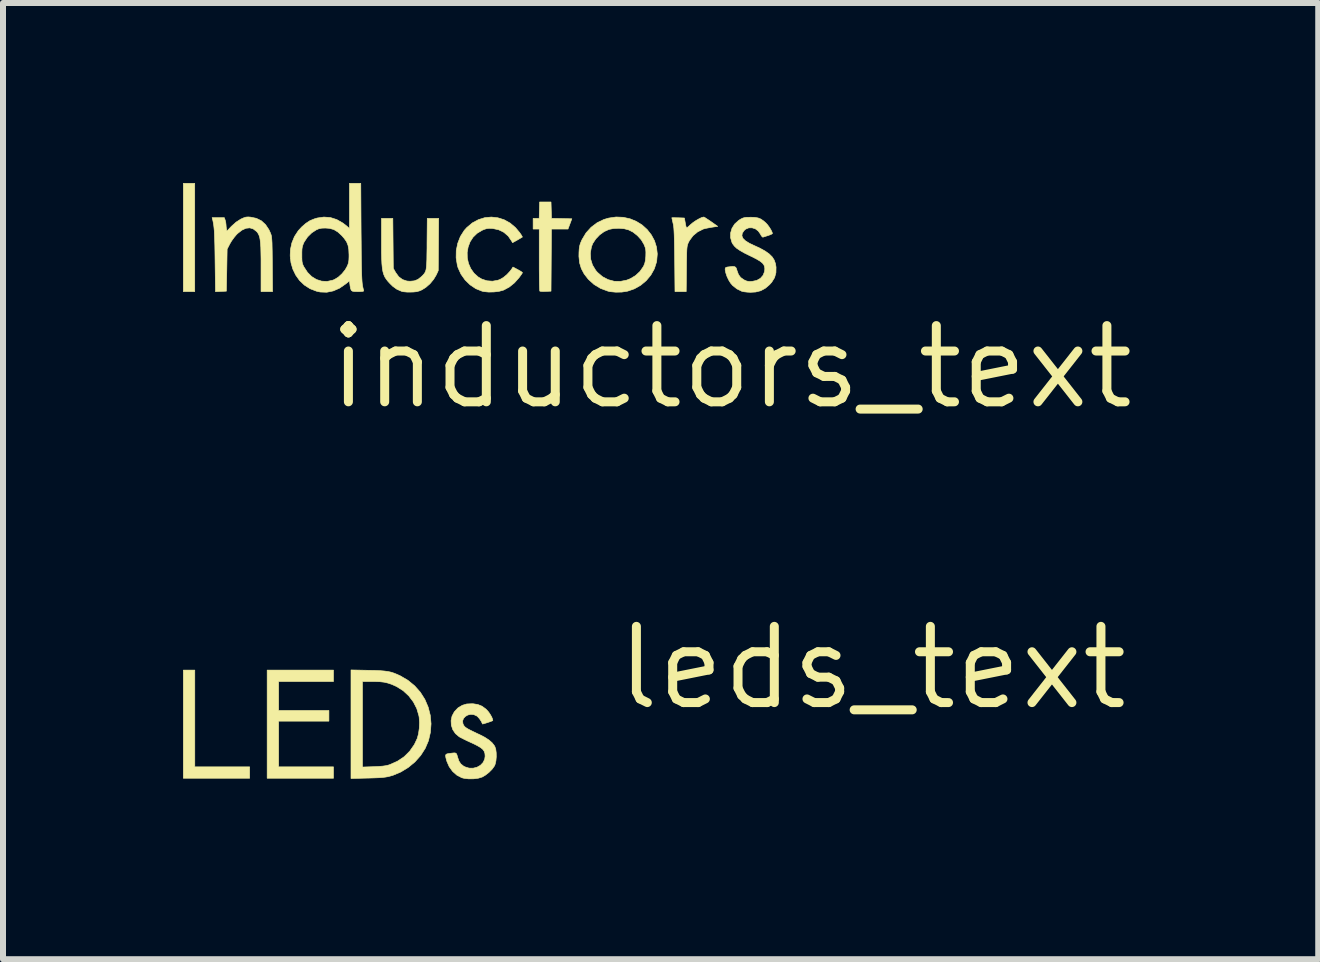
<source format=kicad_pcb>
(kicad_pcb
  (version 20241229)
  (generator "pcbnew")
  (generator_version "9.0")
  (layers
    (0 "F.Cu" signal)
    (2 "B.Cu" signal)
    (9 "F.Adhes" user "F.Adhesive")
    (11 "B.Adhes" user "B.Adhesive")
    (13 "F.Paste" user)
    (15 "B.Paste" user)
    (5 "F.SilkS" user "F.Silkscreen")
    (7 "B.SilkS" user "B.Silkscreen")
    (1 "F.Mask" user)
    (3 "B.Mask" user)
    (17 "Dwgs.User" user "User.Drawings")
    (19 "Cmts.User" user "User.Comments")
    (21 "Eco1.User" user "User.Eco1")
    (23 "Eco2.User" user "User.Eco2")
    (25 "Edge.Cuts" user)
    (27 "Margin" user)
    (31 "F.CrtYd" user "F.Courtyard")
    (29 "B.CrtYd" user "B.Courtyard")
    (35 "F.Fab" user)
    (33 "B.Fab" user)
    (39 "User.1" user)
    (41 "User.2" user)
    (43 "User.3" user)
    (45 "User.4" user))
  (footprint "inductors_text"
    (layer "F.Cu")
    (at 9.136 3.066)
    (property "Reference" "inductors_text" (at 0 0 0) (layer "F.SilkS") (effects (font (size 1.27 1.27) (thickness 0.15))))
    (attr through_hole)
    (fp_poly (pts (xy -8.941 -1.257) (xy -9.131 -1.257) (xy -9.131 -3.061) (xy -8.941 -3.061) (xy -8.941 -1.257)) (stroke (width 0.01) (type solid)) (fill yes) (layer "F.SilkS"))
    (fp_poly (pts (xy -2.996 -2.477) (xy -2.827 -2.474) (xy -2.657 -2.47) (xy -2.689 -2.384) (xy -2.721 -2.299) (xy -2.997 -2.299) (xy -3.004 -1.264) (xy -3.093 -1.26) (xy -3.139 -1.259) (xy -3.174 -1.261) (xy -3.191 -1.265) (xy -3.191 -1.265) (xy -3.193 -1.28) (xy -3.195 -1.316) (xy -3.197 -1.373) (xy -3.198 -1.447) (xy -3.199 -1.536) (xy -3.2 -1.636) (xy -3.2 -1.745) (xy -3.2 -1.786) (xy -3.2 -2.299) (xy -3.302 -2.299) (xy -3.302 -2.477) (xy -3.201 -2.477) (xy -3.194 -2.75) (xy -3.004 -2.75) (xy -2.996 -2.477)) (stroke (width 0.01) (type solid)) (fill yes) (layer "F.SilkS"))
    (fp_poly (pts (xy -5.632 -1.645) (xy -5.593 -1.575) (xy -5.542 -1.505) (xy -5.48 -1.458) (xy -5.406 -1.433) (xy -5.354 -1.429) (xy -5.282 -1.436) (xy -5.223 -1.459) (xy -5.168 -1.502) (xy -5.157 -1.512) (xy -5.135 -1.534) (xy -5.118 -1.554) (xy -5.104 -1.575) (xy -5.093 -1.599) (xy -5.085 -1.63) (xy -5.08 -1.671) (xy -5.076 -1.724) (xy -5.073 -1.792) (xy -5.072 -1.878) (xy -5.07 -1.985) (xy -5.07 -2.054) (xy -5.066 -2.477) (xy -4.876 -2.477) (xy -4.883 -1.607) (xy -4.917 -1.533) (xy -4.961 -1.46) (xy -5.02 -1.389) (xy -5.088 -1.329) (xy -5.154 -1.287) (xy -5.198 -1.268) (xy -5.242 -1.256) (xy -5.296 -1.25) (xy -5.333 -1.249) (xy -5.406 -1.249) (xy -5.467 -1.255) (xy -5.495 -1.262) (xy -5.573 -1.296) (xy -5.642 -1.346) (xy -5.684 -1.387) (xy -5.72 -1.426) (xy -5.749 -1.463) (xy -5.773 -1.5) (xy -5.791 -1.542) (xy -5.805 -1.59) (xy -5.815 -1.648) (xy -5.822 -1.719) (xy -5.826 -1.805) (xy -5.829 -1.909) (xy -5.829 -2.036) (xy -5.829 -2.079) (xy -5.829 -2.477) (xy -5.64 -2.477) (xy -5.632 -1.645)) (stroke (width 0.01) (type solid)) (fill yes) (layer "F.SilkS"))
    (fp_poly (pts (xy -0.453 -2.498) (xy -0.436 -2.488) (xy -0.404 -2.467) (xy -0.361 -2.439) (xy -0.331 -2.418) (xy -0.226 -2.344) (xy -0.326 -2.329) (xy -0.38 -2.319) (xy -0.431 -2.309) (xy -0.467 -2.299) (xy -0.47 -2.298) (xy -0.561 -2.252) (xy -0.638 -2.188) (xy -0.697 -2.108) (xy -0.714 -2.076) (xy -0.722 -2.057) (xy -0.729 -2.038) (xy -0.734 -2.016) (xy -0.738 -1.987) (xy -0.741 -1.95) (xy -0.743 -1.899) (xy -0.744 -1.833) (xy -0.746 -1.748) (xy -0.747 -1.64) (xy -0.747 -1.635) (xy -0.751 -1.257) (xy -0.938 -1.257) (xy -0.943 -1.781) (xy -0.945 -1.918) (xy -0.947 -2.032) (xy -0.949 -2.125) (xy -0.951 -2.201) (xy -0.954 -2.262) (xy -0.957 -2.31) (xy -0.961 -2.348) (xy -0.966 -2.378) (xy -0.97 -2.394) (xy -0.98 -2.438) (xy -0.987 -2.471) (xy -0.991 -2.486) (xy -0.991 -2.487) (xy -0.979 -2.488) (xy -0.948 -2.488) (xy -0.903 -2.487) (xy -0.886 -2.487) (xy -0.781 -2.483) (xy -0.771 -2.426) (xy -0.761 -2.37) (xy -0.753 -2.337) (xy -0.744 -2.323) (xy -0.729 -2.328) (xy -0.706 -2.348) (xy -0.681 -2.371) (xy -0.638 -2.407) (xy -0.588 -2.441) (xy -0.539 -2.469) (xy -0.496 -2.49) (xy -0.464 -2.499) (xy -0.453 -2.498)) (stroke (width 0.01) (type solid)) (fill yes) (layer "F.SilkS"))
    (fp_poly (pts (xy -8.012 -2.498) (xy -7.915 -2.478) (xy -7.831 -2.437) (xy -7.761 -2.373) (xy -7.705 -2.289) (xy -7.682 -2.239) (xy -7.674 -2.219) (xy -7.667 -2.199) (xy -7.662 -2.177) (xy -7.659 -2.15) (xy -7.656 -2.114) (xy -7.653 -2.068) (xy -7.652 -2.007) (xy -7.65 -1.93) (xy -7.649 -1.833) (xy -7.648 -1.714) (xy -7.648 -1.711) (xy -7.644 -1.257) (xy -7.836 -1.257) (xy -7.836 -1.666) (xy -7.836 -1.797) (xy -7.838 -1.905) (xy -7.84 -1.993) (xy -7.845 -2.063) (xy -7.851 -2.119) (xy -7.859 -2.163) (xy -7.871 -2.198) (xy -7.885 -2.226) (xy -7.902 -2.25) (xy -7.912 -2.26) (xy -7.965 -2.301) (xy -8.024 -2.319) (xy -8.088 -2.312) (xy -8.155 -2.281) (xy -8.224 -2.227) (xy -8.243 -2.209) (xy -8.285 -2.159) (xy -8.327 -2.101) (xy -8.357 -2.05) (xy -8.401 -1.964) (xy -8.407 -1.614) (xy -8.414 -1.264) (xy -8.504 -1.26) (xy -8.595 -1.256) (xy -8.602 -1.774) (xy -8.604 -1.913) (xy -8.606 -2.028) (xy -8.609 -2.124) (xy -8.612 -2.203) (xy -8.615 -2.268) (xy -8.62 -2.322) (xy -8.625 -2.366) (xy -8.632 -2.406) (xy -8.639 -2.442) (xy -8.643 -2.454) (xy -8.651 -2.489) (xy -8.448 -2.489) (xy -8.434 -2.449) (xy -8.424 -2.409) (xy -8.42 -2.375) (xy -8.417 -2.335) (xy -8.413 -2.303) (xy -8.405 -2.265) (xy -8.328 -2.346) (xy -8.252 -2.414) (xy -8.174 -2.464) (xy -8.17 -2.466) (xy -8.123 -2.487) (xy -8.088 -2.498) (xy -8.051 -2.501) (xy -8.012 -2.498)) (stroke (width 0.01) (type solid)) (fill yes) (layer "F.SilkS"))
    (fp_poly (pts (xy -3.89 -2.487) (xy -3.785 -2.454) (xy -3.686 -2.399) (xy -3.596 -2.323) (xy -3.528 -2.242) (xy -3.503 -2.206) (xy -3.487 -2.179) (xy -3.481 -2.166) (xy -3.482 -2.166) (xy -3.494 -2.158) (xy -3.523 -2.141) (xy -3.562 -2.118) (xy -3.565 -2.116) (xy -3.645 -2.072) (xy -3.66 -2.099) (xy -3.716 -2.181) (xy -3.79 -2.245) (xy -3.876 -2.287) (xy -3.973 -2.308) (xy -3.982 -2.309) (xy -4.035 -2.311) (xy -4.076 -2.306) (xy -4.116 -2.294) (xy -4.151 -2.279) (xy -4.235 -2.229) (xy -4.303 -2.163) (xy -4.353 -2.086) (xy -4.385 -2) (xy -4.401 -1.909) (xy -4.399 -1.816) (xy -4.379 -1.726) (xy -4.342 -1.641) (xy -4.288 -1.564) (xy -4.217 -1.5) (xy -4.157 -1.465) (xy -4.071 -1.437) (xy -3.979 -1.43) (xy -3.889 -1.446) (xy -3.852 -1.46) (xy -3.797 -1.492) (xy -3.739 -1.54) (xy -3.686 -1.597) (xy -3.657 -1.636) (xy -3.638 -1.666) (xy -3.559 -1.624) (xy -3.52 -1.602) (xy -3.492 -1.584) (xy -3.48 -1.573) (xy -3.48 -1.573) (xy -3.487 -1.559) (xy -3.506 -1.531) (xy -3.533 -1.494) (xy -3.539 -1.486) (xy -3.613 -1.403) (xy -3.698 -1.334) (xy -3.788 -1.285) (xy -3.8 -1.28) (xy -3.871 -1.261) (xy -3.955 -1.251) (xy -4.043 -1.249) (xy -4.122 -1.257) (xy -4.153 -1.264) (xy -4.258 -1.306) (xy -4.353 -1.37) (xy -4.436 -1.451) (xy -4.504 -1.547) (xy -4.553 -1.654) (xy -4.565 -1.696) (xy -4.585 -1.819) (xy -4.583 -1.942) (xy -4.558 -2.062) (xy -4.514 -2.175) (xy -4.45 -2.276) (xy -4.407 -2.324) (xy -4.314 -2.402) (xy -4.213 -2.456) (xy -4.107 -2.489) (xy -3.998 -2.499) (xy -3.89 -2.487)) (stroke (width 0.01) (type solid)) (fill yes) (layer "F.SilkS"))
    (fp_poly (pts (xy -1.801 -2.495) (xy -1.687 -2.47) (xy -1.581 -2.426) (xy -1.485 -2.366) (xy -1.402 -2.291) (xy -1.333 -2.203) (xy -1.28 -2.105) (xy -1.246 -1.998) (xy -1.233 -1.885) (xy -1.243 -1.766) (xy -1.246 -1.75) (xy -1.282 -1.637) (xy -1.34 -1.533) (xy -1.417 -1.44) (xy -1.509 -1.363) (xy -1.615 -1.303) (xy -1.728 -1.264) (xy -1.823 -1.249) (xy -1.924 -1.247) (xy -2.019 -1.256) (xy -2.057 -1.265) (xy -2.178 -1.31) (xy -2.287 -1.376) (xy -2.382 -1.462) (xy -2.452 -1.552) (xy -2.499 -1.641) (xy -2.528 -1.737) (xy -2.539 -1.844) (xy -2.538 -1.899) (xy -2.349 -1.899) (xy -2.343 -1.797) (xy -2.313 -1.7) (xy -2.26 -1.612) (xy -2.23 -1.577) (xy -2.146 -1.505) (xy -2.052 -1.456) (xy -1.951 -1.429) (xy -1.847 -1.427) (xy -1.742 -1.448) (xy -1.682 -1.472) (xy -1.595 -1.524) (xy -1.521 -1.593) (xy -1.466 -1.672) (xy -1.46 -1.683) (xy -1.442 -1.727) (xy -1.431 -1.775) (xy -1.425 -1.837) (xy -1.424 -1.856) (xy -1.423 -1.914) (xy -1.426 -1.955) (xy -1.434 -1.991) (xy -1.449 -2.03) (xy -1.455 -2.044) (xy -1.5 -2.12) (xy -1.564 -2.19) (xy -1.637 -2.248) (xy -1.71 -2.285) (xy -1.786 -2.305) (xy -1.873 -2.312) (xy -1.962 -2.308) (xy -2.038 -2.293) (xy -2.118 -2.257) (xy -2.193 -2.203) (xy -2.258 -2.135) (xy -2.308 -2.059) (xy -2.33 -2.004) (xy -2.349 -1.899) (xy -2.538 -1.899) (xy -2.538 -1.907) (xy -2.534 -1.969) (xy -2.527 -2.016) (xy -2.515 -2.058) (xy -2.495 -2.106) (xy -2.486 -2.125) (xy -2.42 -2.235) (xy -2.336 -2.328) (xy -2.236 -2.404) (xy -2.122 -2.459) (xy -2.043 -2.482) (xy -1.92 -2.5) (xy -1.801 -2.495)) (stroke (width 0.01) (type solid)) (fill yes) (layer "F.SilkS"))
    (fp_poly (pts (xy -6.169 -2.245) (xy -6.167 -2.075) (xy -6.166 -1.928) (xy -6.165 -1.803) (xy -6.163 -1.697) (xy -6.161 -1.608) (xy -6.159 -1.534) (xy -6.156 -1.474) (xy -6.153 -1.425) (xy -6.149 -1.384) (xy -6.144 -1.351) (xy -6.138 -1.322) (xy -6.132 -1.297) (xy -6.127 -1.28) (xy -6.126 -1.269) (xy -6.134 -1.262) (xy -6.157 -1.259) (xy -6.199 -1.257) (xy -6.222 -1.257) (xy -6.276 -1.258) (xy -6.311 -1.263) (xy -6.332 -1.278) (xy -6.344 -1.307) (xy -6.353 -1.355) (xy -6.355 -1.375) (xy -6.364 -1.435) (xy -6.424 -1.386) (xy -6.528 -1.314) (xy -6.633 -1.268) (xy -6.741 -1.246) (xy -6.85 -1.25) (xy -6.91 -1.263) (xy -7.019 -1.305) (xy -7.114 -1.366) (xy -7.194 -1.442) (xy -7.258 -1.532) (xy -7.306 -1.631) (xy -7.337 -1.737) (xy -7.35 -1.847) (xy -7.35 -1.867) (xy -7.156 -1.867) (xy -7.156 -1.805) (xy -7.153 -1.76) (xy -7.147 -1.727) (xy -7.136 -1.697) (xy -7.121 -1.667) (xy -7.062 -1.577) (xy -6.992 -1.507) (xy -6.912 -1.458) (xy -6.826 -1.431) (xy -6.736 -1.426) (xy -6.644 -1.446) (xy -6.613 -1.458) (xy -6.549 -1.497) (xy -6.487 -1.554) (xy -6.433 -1.621) (xy -6.403 -1.674) (xy -6.387 -1.711) (xy -6.377 -1.745) (xy -6.372 -1.784) (xy -6.37 -1.835) (xy -6.37 -1.873) (xy -6.374 -1.96) (xy -6.387 -2.029) (xy -6.411 -2.088) (xy -6.451 -2.145) (xy -6.49 -2.19) (xy -6.557 -2.251) (xy -6.623 -2.291) (xy -6.696 -2.311) (xy -6.763 -2.316) (xy -6.824 -2.314) (xy -6.873 -2.304) (xy -6.915 -2.286) (xy -6.992 -2.236) (xy -7.061 -2.168) (xy -7.114 -2.089) (xy -7.123 -2.073) (xy -7.138 -2.036) (xy -7.148 -2.003) (xy -7.154 -1.965) (xy -7.156 -1.915) (xy -7.156 -1.867) (xy -7.35 -1.867) (xy -7.346 -1.959) (xy -7.322 -2.069) (xy -7.279 -2.174) (xy -7.215 -2.272) (xy -7.158 -2.334) (xy -7.089 -2.394) (xy -7.022 -2.438) (xy -6.949 -2.468) (xy -6.9 -2.483) (xy -6.789 -2.499) (xy -6.68 -2.491) (xy -6.574 -2.457) (xy -6.471 -2.398) (xy -6.408 -2.349) (xy -6.363 -2.309) (xy -6.363 -3.061) (xy -6.174 -3.061) (xy -6.169 -2.245)) (stroke (width 0.01) (type solid)) (fill yes) (layer "F.SilkS"))
    (fp_poly (pts (xy 0.394 -2.493) (xy 0.447 -2.484) (xy 0.492 -2.466) (xy 0.537 -2.435) (xy 0.573 -2.404) (xy 0.603 -2.372) (xy 0.633 -2.331) (xy 0.66 -2.288) (xy 0.679 -2.249) (xy 0.686 -2.225) (xy 0.675 -2.216) (xy 0.646 -2.203) (xy 0.613 -2.191) (xy 0.572 -2.178) (xy 0.54 -2.168) (xy 0.527 -2.163) (xy 0.514 -2.171) (xy 0.496 -2.195) (xy 0.486 -2.215) (xy 0.449 -2.267) (xy 0.401 -2.303) (xy 0.346 -2.32) (xy 0.291 -2.319) (xy 0.24 -2.298) (xy 0.213 -2.274) (xy 0.183 -2.229) (xy 0.177 -2.185) (xy 0.195 -2.143) (xy 0.237 -2.102) (xy 0.304 -2.061) (xy 0.365 -2.032) (xy 0.476 -1.981) (xy 0.563 -1.933) (xy 0.631 -1.885) (xy 0.681 -1.836) (xy 0.715 -1.783) (xy 0.736 -1.724) (xy 0.746 -1.664) (xy 0.744 -1.571) (xy 0.721 -1.489) (xy 0.674 -1.413) (xy 0.637 -1.372) (xy 0.565 -1.311) (xy 0.49 -1.271) (xy 0.406 -1.25) (xy 0.32 -1.245) (xy 0.265 -1.248) (xy 0.213 -1.254) (xy 0.175 -1.262) (xy 0.174 -1.263) (xy 0.094 -1.302) (xy 0.024 -1.357) (xy -0.012 -1.399) (xy -0.043 -1.449) (xy -0.071 -1.508) (xy -0.091 -1.567) (xy -0.101 -1.615) (xy -0.102 -1.625) (xy -0.1 -1.647) (xy -0.09 -1.659) (xy -0.067 -1.666) (xy -0.033 -1.67) (xy 0.02 -1.676) (xy 0.054 -1.673) (xy 0.075 -1.661) (xy 0.088 -1.635) (xy 0.095 -1.609) (xy 0.12 -1.541) (xy 0.156 -1.492) (xy 0.211 -1.453) (xy 0.217 -1.45) (xy 0.258 -1.432) (xy 0.297 -1.425) (xy 0.347 -1.427) (xy 0.424 -1.443) (xy 0.486 -1.478) (xy 0.53 -1.528) (xy 0.555 -1.592) (xy 0.559 -1.636) (xy 0.555 -1.672) (xy 0.542 -1.704) (xy 0.518 -1.734) (xy 0.478 -1.765) (xy 0.421 -1.799) (xy 0.345 -1.838) (xy 0.311 -1.854) (xy 0.218 -1.9) (xy 0.146 -1.941) (xy 0.091 -1.978) (xy 0.052 -2.015) (xy 0.024 -2.052) (xy 0.011 -2.076) (xy -0.012 -2.156) (xy -0.011 -2.235) (xy 0.012 -2.312) (xy 0.056 -2.382) (xy 0.121 -2.441) (xy 0.151 -2.461) (xy 0.183 -2.478) (xy 0.212 -2.488) (xy 0.248 -2.494) (xy 0.298 -2.495) (xy 0.324 -2.496) (xy 0.394 -2.493)) (stroke (width 0.01) (type solid)) (fill yes) (layer "F.SilkS")))
  (footprint "leds_text"
    (layer "F.Cu")
    (at 11.486 8.078)
    (property "Reference" "leds_text" (at 0 0 0) (layer "F.SilkS") (effects (font (size 1.27 1.27) (thickness 0.15))))
    (attr through_hole)
    (fp_poly (pts (xy -11.29 1.651) (xy -10.376 1.651) (xy -10.376 1.841) (xy -11.481 1.841) (xy -11.481 0.038) (xy -11.29 0.038) (xy -11.29 1.651)) (stroke (width 0.01) (type solid)) (fill yes) (layer "F.SilkS"))
    (fp_poly (pts (xy -8.979 0.229) (xy -9.893 0.229) (xy -9.893 0.711) (xy -9.055 0.711) (xy -9.055 0.889) (xy -9.893 0.889) (xy -9.893 1.651) (xy -8.979 1.651) (xy -8.979 1.841) (xy -10.084 1.841) (xy -10.084 0.038) (xy -8.979 0.038) (xy -8.979 0.229)) (stroke (width 0.01) (type solid)) (fill yes) (layer "F.SilkS"))
    (fp_poly (pts (xy -8.398 0.042) (xy -8.289 0.044) (xy -8.202 0.048) (xy -8.13 0.054) (xy -8.071 0.062) (xy -8.019 0.073) (xy -7.97 0.089) (xy -7.919 0.11) (xy -7.866 0.134) (xy -7.738 0.209) (xy -7.626 0.301) (xy -7.532 0.407) (xy -7.456 0.527) (xy -7.401 0.656) (xy -7.366 0.792) (xy -7.353 0.933) (xy -7.364 1.077) (xy -7.396 1.215) (xy -7.45 1.342) (xy -7.526 1.461) (xy -7.621 1.568) (xy -7.732 1.66) (xy -7.856 1.736) (xy -7.989 1.792) (xy -8.035 1.805) (xy -8.075 1.815) (xy -8.117 1.822) (xy -8.166 1.828) (xy -8.226 1.832) (xy -8.302 1.835) (xy -8.399 1.838) (xy -8.411 1.838) (xy -8.687 1.845) (xy -8.687 0.229) (xy -8.496 0.229) (xy -8.496 1.654) (xy -8.309 1.648) (xy -8.225 1.644) (xy -8.161 1.639) (xy -8.11 1.632) (xy -8.066 1.622) (xy -8.039 1.613) (xy -7.913 1.557) (xy -7.801 1.482) (xy -7.707 1.388) (xy -7.631 1.279) (xy -7.582 1.175) (xy -7.562 1.099) (xy -7.549 1.009) (xy -7.545 0.914) (xy -7.551 0.825) (xy -7.556 0.797) (xy -7.591 0.679) (xy -7.648 0.568) (xy -7.725 0.467) (xy -7.818 0.381) (xy -7.925 0.314) (xy -7.939 0.307) (xy -8.008 0.276) (xy -8.071 0.255) (xy -8.134 0.24) (xy -8.205 0.232) (xy -8.29 0.229) (xy -8.338 0.229) (xy -8.496 0.229) (xy -8.687 0.229) (xy -8.687 0.036) (xy -8.398 0.042)) (stroke (width 0.01) (type solid)) (fill yes) (layer "F.SilkS"))
    (fp_poly (pts (xy -6.655 0.599) (xy -6.573 0.612) (xy -6.504 0.64) (xy -6.44 0.687) (xy -6.42 0.707) (xy -6.393 0.738) (xy -6.367 0.777) (xy -6.344 0.817) (xy -6.329 0.852) (xy -6.324 0.876) (xy -6.326 0.881) (xy -6.34 0.887) (xy -6.369 0.898) (xy -6.407 0.911) (xy -6.445 0.923) (xy -6.476 0.932) (xy -6.494 0.937) (xy -6.495 0.937) (xy -6.516 0.893) (xy -6.547 0.847) (xy -6.581 0.81) (xy -6.591 0.803) (xy -6.641 0.78) (xy -6.693 0.776) (xy -6.741 0.787) (xy -6.782 0.811) (xy -6.812 0.844) (xy -6.827 0.885) (xy -6.822 0.93) (xy -6.812 0.954) (xy -6.801 0.97) (xy -6.788 0.985) (xy -6.768 1) (xy -6.74 1.018) (xy -6.7 1.039) (xy -6.643 1.067) (xy -6.568 1.103) (xy -6.553 1.109) (xy -6.46 1.157) (xy -6.389 1.203) (xy -6.336 1.249) (xy -6.298 1.298) (xy -6.29 1.312) (xy -6.275 1.356) (xy -6.267 1.417) (xy -6.266 1.484) (xy -6.272 1.551) (xy -6.285 1.607) (xy -6.295 1.633) (xy -6.334 1.688) (xy -6.388 1.743) (xy -6.45 1.791) (xy -6.5 1.82) (xy -6.565 1.84) (xy -6.644 1.85) (xy -6.726 1.851) (xy -6.802 1.842) (xy -6.841 1.832) (xy -6.923 1.789) (xy -6.994 1.726) (xy -7.051 1.647) (xy -7.091 1.555) (xy -7.092 1.55) (xy -7.106 1.498) (xy -7.111 1.464) (xy -7.105 1.445) (xy -7.088 1.435) (xy -7.064 1.43) (xy -7.005 1.422) (xy -6.966 1.418) (xy -6.942 1.422) (xy -6.928 1.435) (xy -6.919 1.459) (xy -6.912 1.485) (xy -6.889 1.553) (xy -6.857 1.602) (xy -6.812 1.638) (xy -6.787 1.651) (xy -6.72 1.672) (xy -6.651 1.673) (xy -6.587 1.657) (xy -6.53 1.625) (xy -6.486 1.579) (xy -6.459 1.523) (xy -6.452 1.474) (xy -6.455 1.43) (xy -6.467 1.393) (xy -6.49 1.36) (xy -6.528 1.329) (xy -6.584 1.296) (xy -6.659 1.259) (xy -6.69 1.245) (xy -6.751 1.217) (xy -6.808 1.189) (xy -6.855 1.165) (xy -6.883 1.15) (xy -6.947 1.096) (xy -6.991 1.03) (xy -7.015 0.957) (xy -7.019 0.88) (xy -7.003 0.804) (xy -6.965 0.733) (xy -6.908 0.672) (xy -6.899 0.665) (xy -6.832 0.625) (xy -6.759 0.603) (xy -6.672 0.599) (xy -6.655 0.599)) (stroke (width 0.01) (type solid)) (fill yes) (layer "F.SilkS")))
  (gr_rect
    (start -3 -3)
    (end 18.917 12.934)
    (stroke (width 0.1) (type default))
    (fill no)
    (layer "Edge.Cuts")))
</source>
